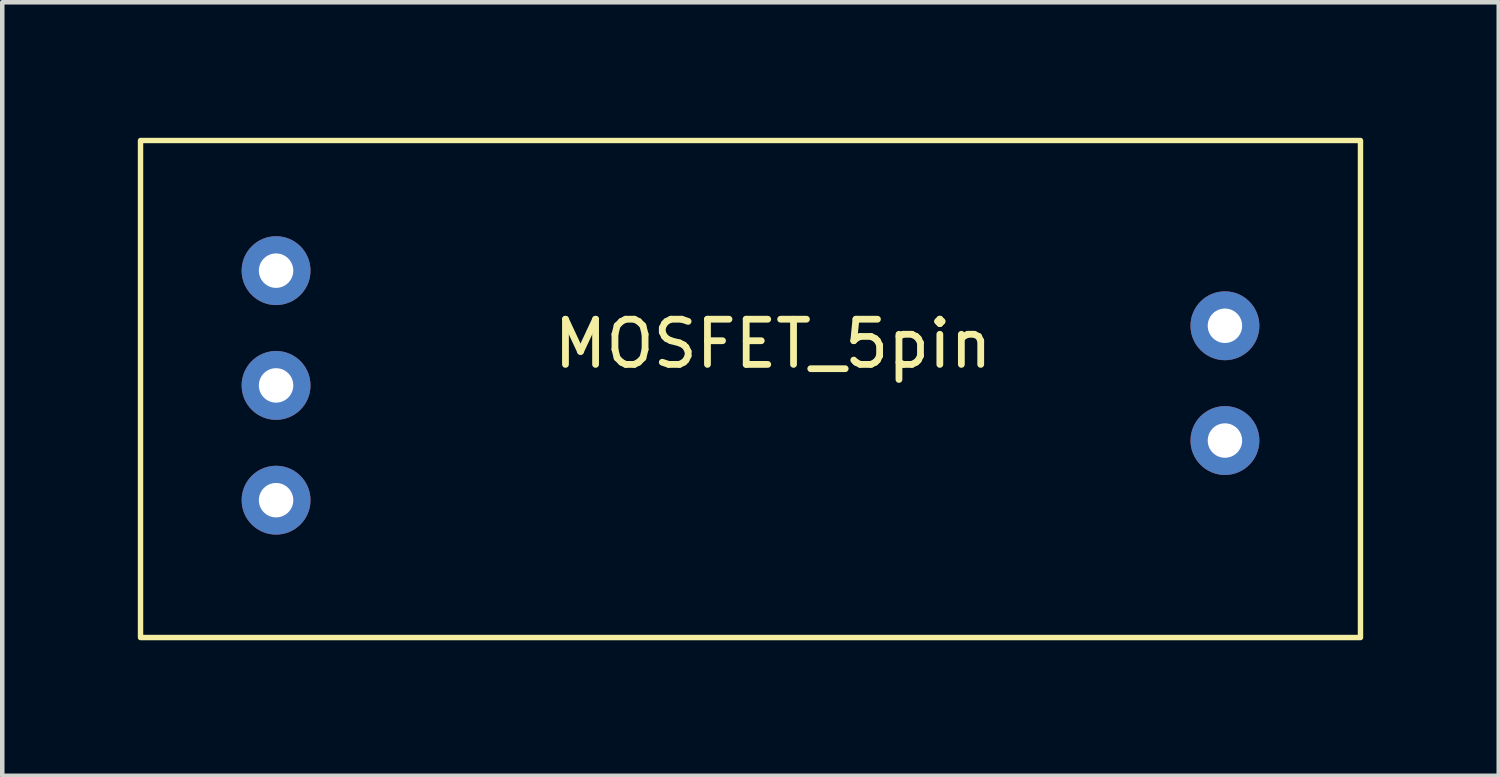
<source format=kicad_pcb>
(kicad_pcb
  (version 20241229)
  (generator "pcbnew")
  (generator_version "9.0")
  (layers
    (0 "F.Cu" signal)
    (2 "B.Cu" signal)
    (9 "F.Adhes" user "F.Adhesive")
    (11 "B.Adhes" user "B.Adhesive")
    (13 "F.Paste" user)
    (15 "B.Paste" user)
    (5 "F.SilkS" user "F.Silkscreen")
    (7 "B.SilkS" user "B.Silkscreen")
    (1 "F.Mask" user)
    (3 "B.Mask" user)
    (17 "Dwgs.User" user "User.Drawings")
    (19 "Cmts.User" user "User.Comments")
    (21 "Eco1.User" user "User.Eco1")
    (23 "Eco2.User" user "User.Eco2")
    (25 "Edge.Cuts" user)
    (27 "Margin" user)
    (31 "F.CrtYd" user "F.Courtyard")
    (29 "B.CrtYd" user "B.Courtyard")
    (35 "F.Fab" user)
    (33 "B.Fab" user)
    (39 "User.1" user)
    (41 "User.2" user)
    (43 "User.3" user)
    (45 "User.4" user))
  (footprint "MOSFET_5pin"
    (layer "F.Cu")
    (at 3.06 10.56)
    (property "Reference" "MOSFET_5pin" (at 11 -6 0) (unlocked yes) (layer "F.SilkS") (effects (font (size 1 1) (thickness 0.15))))
    (attr through_hole)
    (fp_rect (start -3 -10.5) (end 24 0.5) (stroke (width 0.12) (type solid)) (fill no) (layer "F.SilkS"))
    (pad "1" thru_hole circle (at 0 -7.62) (size 1.524 1.524) (drill 0.762) (layers "*.Cu" "*.Mask"))
    (pad "2" thru_hole circle (at 0 -5.08) (size 1.524 1.524) (drill 0.762) (layers "*.Cu" "*.Mask"))
    (pad "3" thru_hole circle (at 0 -2.54) (size 1.524 1.524) (drill 0.762) (layers "*.Cu" "*.Mask"))
    (pad "4" thru_hole circle (at 21 -6.4) (size 1.524 1.524) (drill 0.762) (layers "*.Cu" "*.Mask"))
    (pad "5" thru_hole circle (at 21 -3.86) (size 1.524 1.524) (drill 0.762) (layers "*.Cu" "*.Mask")))
  (gr_rect
    (start -3 -3)
    (end 30.12 14.12)
    (stroke (width 0.1) (type default))
    (fill no)
    (layer "Edge.Cuts")))
</source>
